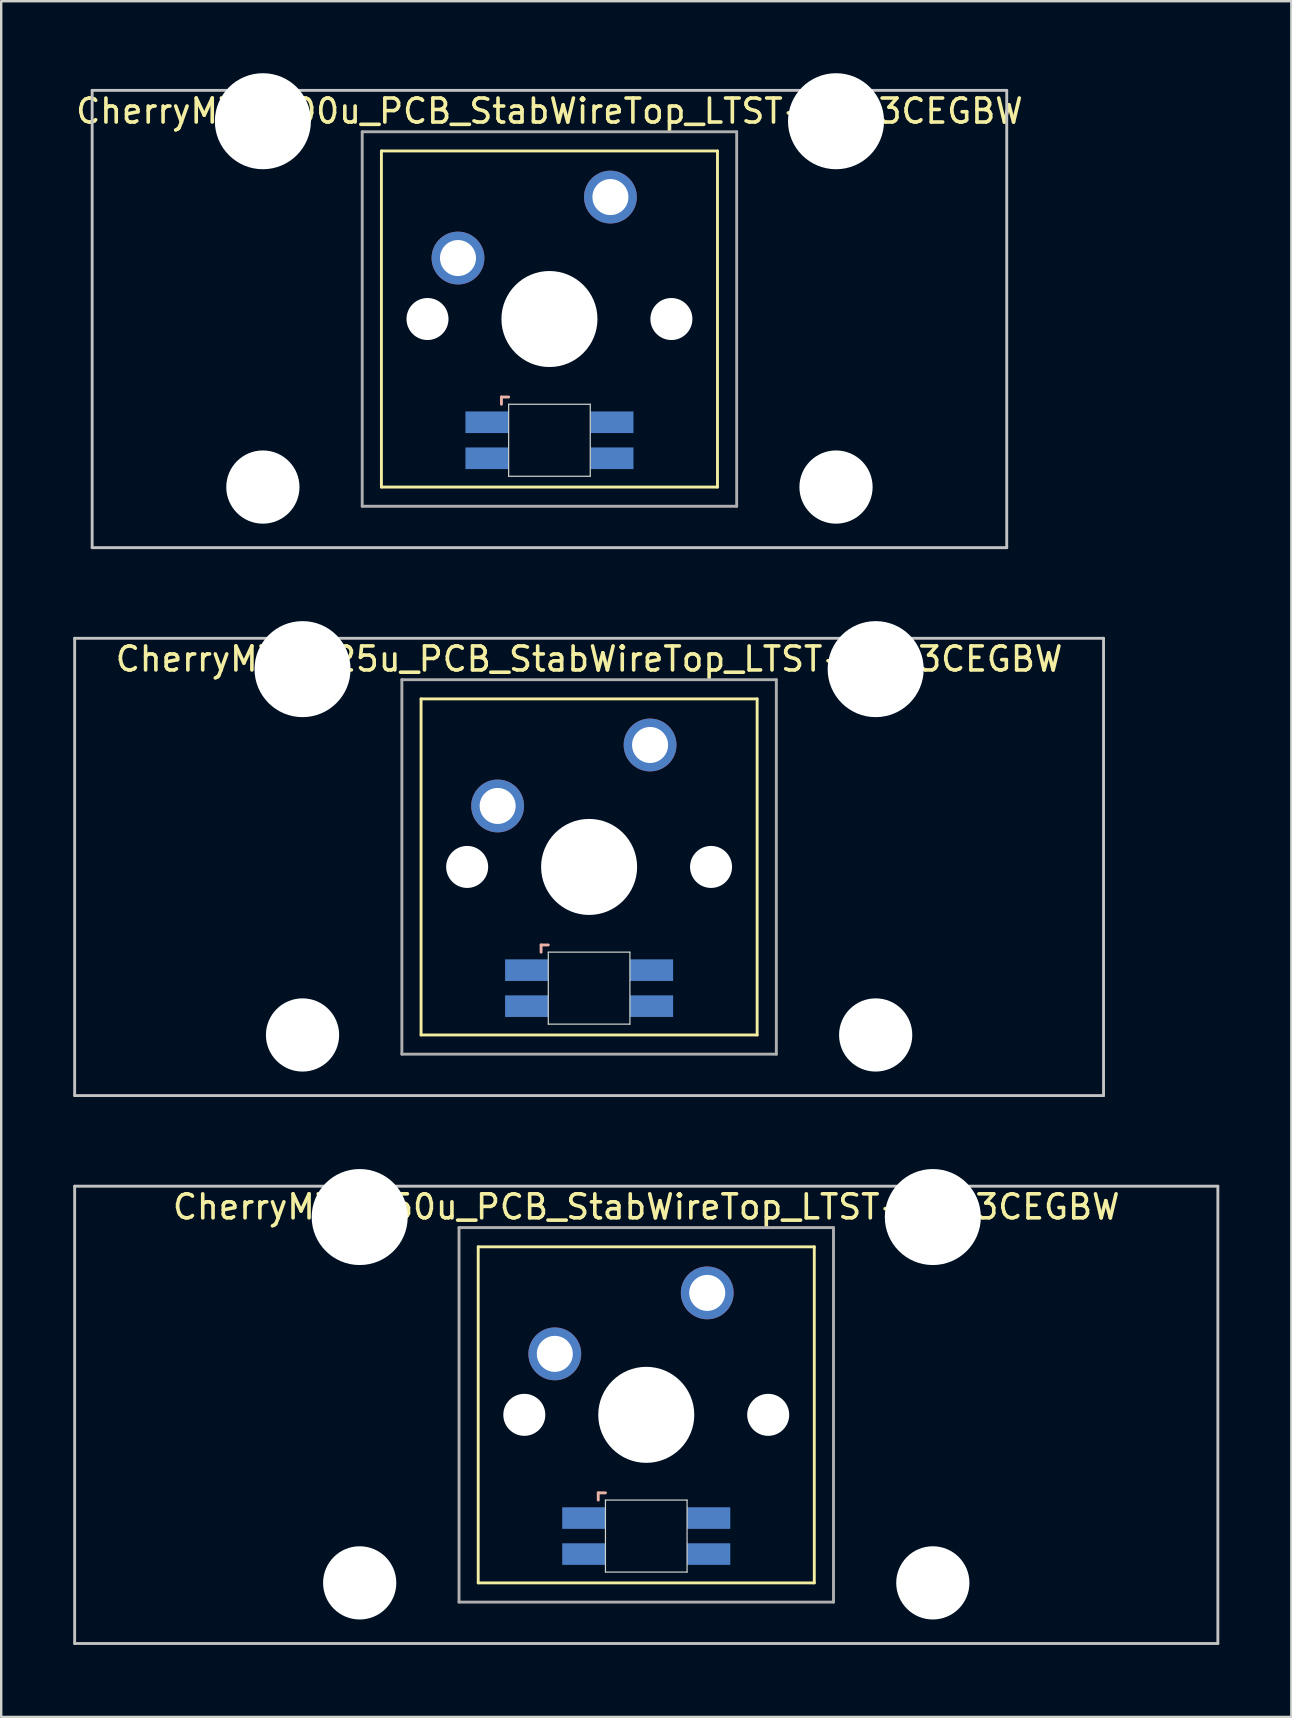
<source format=kicad_pcb>
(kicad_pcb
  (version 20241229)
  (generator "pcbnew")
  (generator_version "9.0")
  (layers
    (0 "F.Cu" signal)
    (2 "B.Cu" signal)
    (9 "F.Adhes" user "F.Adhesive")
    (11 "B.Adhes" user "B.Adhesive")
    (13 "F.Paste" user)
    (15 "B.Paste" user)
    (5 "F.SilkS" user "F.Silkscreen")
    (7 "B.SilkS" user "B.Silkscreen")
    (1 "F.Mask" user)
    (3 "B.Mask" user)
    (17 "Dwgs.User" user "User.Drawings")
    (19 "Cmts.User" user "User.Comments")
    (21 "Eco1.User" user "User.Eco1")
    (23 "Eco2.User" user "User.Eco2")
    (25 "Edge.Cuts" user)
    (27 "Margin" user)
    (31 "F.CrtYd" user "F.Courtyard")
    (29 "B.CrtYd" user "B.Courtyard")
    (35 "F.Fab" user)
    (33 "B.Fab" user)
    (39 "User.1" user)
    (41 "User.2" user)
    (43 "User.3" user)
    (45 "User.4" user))
  (footprint "CherryMX_2.25u_PCB_StabWireTop_LTST-A683CEGBW"
    (layer "F.Cu")
    (at 21.491 33.065)
    (property "Reference" "CherryMX_2.25u_PCB_StabWireTop_LTST-A683CEGBW" (at 0 -8.662 0) (layer "F.SilkS") (effects (font (size 1 1) (thickness 0.15))))
    (attr through_hole)
    (fp_line (start -7 -7) (end -7 7) (stroke (width 0.12) (type solid)) (layer "F.SilkS"))
    (fp_line (start -7 -7) (end 7 -7) (stroke (width 0.12) (type solid)) (layer "F.SilkS"))
    (fp_line (start 7 -7) (end 7 7) (stroke (width 0.12) (type solid)) (layer "F.SilkS"))
    (fp_line (start 7 7) (end -7 7) (stroke (width 0.12) (type solid)) (layer "F.SilkS"))
    (fp_line (start -2 3.25) (end -2 3.55) (stroke (width 0.12) (type solid)) (layer "B.SilkS"))
    (fp_line (start -1.7 3.25) (end -2 3.25) (stroke (width 0.12) (type solid)) (layer "B.SilkS"))
    (fp_line (start -21.431 -9.525) (end 21.431 -9.525) (stroke (width 0.12) (type solid)) (layer "Dwgs.User"))
    (fp_line (start -21.431 9.525) (end -21.431 -9.525) (stroke (width 0.12) (type solid)) (layer "Dwgs.User"))
    (fp_line (start 21.431 -9.525) (end 21.431 9.525) (stroke (width 0.12) (type solid)) (layer "Dwgs.User"))
    (fp_line (start 21.431 9.525) (end -21.431 9.525) (stroke (width 0.12) (type solid)) (layer "Dwgs.User"))
    (fp_line (start -1.7 3.55) (end 1.7 3.55) (stroke (width 0.05) (type solid)) (layer "Edge.Cuts"))
    (fp_line (start -1.7 6.55) (end -1.7 3.55) (stroke (width 0.05) (type solid)) (layer "Edge.Cuts"))
    (fp_line (start 1.7 3.55) (end 1.7 6.55) (stroke (width 0.05) (type solid)) (layer "Edge.Cuts"))
    (fp_line (start 1.7 6.55) (end -1.7 6.55) (stroke (width 0.05) (type solid)) (layer "Edge.Cuts"))
    (fp_line (start -7.8 -7.8) (end -7.8 7.8) (stroke (width 0.12) (type solid)) (layer "F.Fab"))
    (fp_line (start -7.8 -7.8) (end 7.8 -7.8) (stroke (width 0.12) (type solid)) (layer "F.Fab"))
    (fp_line (start -7.8 7.8) (end 7.8 7.8) (stroke (width 0.12) (type solid)) (layer "F.Fab"))
    (fp_line (start 7.8 -7.8) (end 7.8 7.8) (stroke (width 0.12) (type solid)) (layer "F.Fab"))
    (pad "" np_thru_hole circle (at -11.938 -8.24) (size 4 4) (drill 4) (layers "*.Cu" "*.Mask"))
    (pad "" np_thru_hole circle (at -11.938 7) (size 3.05 3.05) (drill 3.05) (layers "*.Cu" "*.Mask"))
    (pad "" np_thru_hole circle (at -5.08 0) (size 1.75 1.75) (drill 1.75) (layers "*.Cu" "*.Mask"))
    (pad "" np_thru_hole circle (at 0 0) (size 4 4) (drill 4) (layers "*.Cu" "*.Mask"))
    (pad "" np_thru_hole circle (at 5.08 0) (size 1.75 1.75) (drill 1.75) (layers "*.Cu" "*.Mask"))
    (pad "" np_thru_hole circle (at 11.938 -8.24) (size 4 4) (drill 4) (layers "*.Cu" "*.Mask"))
    (pad "" np_thru_hole circle (at 11.938 7) (size 3.05 3.05) (drill 3.05) (layers "*.Cu" "*.Mask"))
    (pad "1" thru_hole circle (at -3.81 -2.54) (size 2.2 2.2) (drill 1.5) (layers "*.Cu" "*.Mask"))
    (pad "2" thru_hole circle (at 2.54 -5.08) (size 2.2 2.2) (drill 1.5) (layers "*.Cu" "*.Mask"))
    (pad "3" smd rect (at -2.6 4.3) (size 1.8 0.9) (layers "B.Cu" "B.Mask" "B.Paste"))
    (pad "4" smd rect (at -2.6 5.8) (size 1.8 0.9) (layers "B.Cu" "B.Mask" "B.Paste"))
    (pad "5" smd rect (at 2.6 4.3) (size 1.8 0.9) (layers "B.Cu" "B.Mask" "B.Paste"))
    (pad "6" smd rect (at 2.6 5.8) (size 1.8 0.9) (layers "B.Cu" "B.Mask" "B.Paste")))
  (footprint "CherryMX_2.00u_PCB_StabWireTop_LTST-A683CEGBW"
    (layer "F.Cu")
    (at 19.839 10.24)
    (property "Reference" "CherryMX_2.00u_PCB_StabWireTop_LTST-A683CEGBW" (at 0 -8.662 0) (layer "F.SilkS") (effects (font (size 1 1) (thickness 0.15))))
    (attr through_hole)
    (fp_line (start -7 -7) (end -7 7) (stroke (width 0.12) (type solid)) (layer "F.SilkS"))
    (fp_line (start -7 -7) (end 7 -7) (stroke (width 0.12) (type solid)) (layer "F.SilkS"))
    (fp_line (start 7 -7) (end 7 7) (stroke (width 0.12) (type solid)) (layer "F.SilkS"))
    (fp_line (start 7 7) (end -7 7) (stroke (width 0.12) (type solid)) (layer "F.SilkS"))
    (fp_line (start -2 3.25) (end -2 3.55) (stroke (width 0.12) (type solid)) (layer "B.SilkS"))
    (fp_line (start -1.7 3.25) (end -2 3.25) (stroke (width 0.12) (type solid)) (layer "B.SilkS"))
    (fp_line (start -19.05 -9.525) (end 19.05 -9.525) (stroke (width 0.12) (type solid)) (layer "Dwgs.User"))
    (fp_line (start -19.05 9.525) (end -19.05 -9.525) (stroke (width 0.12) (type solid)) (layer "Dwgs.User"))
    (fp_line (start 19.05 -9.525) (end 19.05 9.525) (stroke (width 0.12) (type solid)) (layer "Dwgs.User"))
    (fp_line (start 19.05 9.525) (end -19.05 9.525) (stroke (width 0.12) (type solid)) (layer "Dwgs.User"))
    (fp_line (start -1.7 3.55) (end 1.7 3.55) (stroke (width 0.05) (type solid)) (layer "Edge.Cuts"))
    (fp_line (start -1.7 6.55) (end -1.7 3.55) (stroke (width 0.05) (type solid)) (layer "Edge.Cuts"))
    (fp_line (start 1.7 3.55) (end 1.7 6.55) (stroke (width 0.05) (type solid)) (layer "Edge.Cuts"))
    (fp_line (start 1.7 6.55) (end -1.7 6.55) (stroke (width 0.05) (type solid)) (layer "Edge.Cuts"))
    (fp_line (start -7.8 -7.8) (end -7.8 7.8) (stroke (width 0.12) (type solid)) (layer "F.Fab"))
    (fp_line (start -7.8 -7.8) (end 7.8 -7.8) (stroke (width 0.12) (type solid)) (layer "F.Fab"))
    (fp_line (start -7.8 7.8) (end 7.8 7.8) (stroke (width 0.12) (type solid)) (layer "F.Fab"))
    (fp_line (start 7.8 -7.8) (end 7.8 7.8) (stroke (width 0.12) (type solid)) (layer "F.Fab"))
    (pad "" np_thru_hole circle (at -11.938 -8.24) (size 4 4) (drill 4) (layers "*.Cu" "*.Mask"))
    (pad "" np_thru_hole circle (at -11.938 7) (size 3.05 3.05) (drill 3.05) (layers "*.Cu" "*.Mask"))
    (pad "" np_thru_hole circle (at -5.08 0) (size 1.75 1.75) (drill 1.75) (layers "*.Cu" "*.Mask"))
    (pad "" np_thru_hole circle (at 0 0) (size 4 4) (drill 4) (layers "*.Cu" "*.Mask"))
    (pad "" np_thru_hole circle (at 5.08 0) (size 1.75 1.75) (drill 1.75) (layers "*.Cu" "*.Mask"))
    (pad "" np_thru_hole circle (at 11.938 -8.24) (size 4 4) (drill 4) (layers "*.Cu" "*.Mask"))
    (pad "" np_thru_hole circle (at 11.938 7) (size 3.05 3.05) (drill 3.05) (layers "*.Cu" "*.Mask"))
    (pad "1" thru_hole circle (at -3.81 -2.54) (size 2.2 2.2) (drill 1.5) (layers "*.Cu" "*.Mask"))
    (pad "2" thru_hole circle (at 2.54 -5.08) (size 2.2 2.2) (drill 1.5) (layers "*.Cu" "*.Mask"))
    (pad "3" smd rect (at -2.6 4.3) (size 1.8 0.9) (layers "B.Cu" "B.Mask" "B.Paste"))
    (pad "4" smd rect (at -2.6 5.8) (size 1.8 0.9) (layers "B.Cu" "B.Mask" "B.Paste"))
    (pad "5" smd rect (at 2.6 4.3) (size 1.8 0.9) (layers "B.Cu" "B.Mask" "B.Paste"))
    (pad "6" smd rect (at 2.6 5.8) (size 1.8 0.9) (layers "B.Cu" "B.Mask" "B.Paste")))
  (footprint "CherryMX_2.50u_PCB_StabWireTop_LTST-A683CEGBW"
    (layer "F.Cu")
    (at 23.872 55.89)
    (property "Reference" "CherryMX_2.50u_PCB_StabWireTop_LTST-A683CEGBW" (at 0 -8.662 0) (layer "F.SilkS") (effects (font (size 1 1) (thickness 0.15))))
    (attr through_hole)
    (fp_line (start -7 -7) (end -7 7) (stroke (width 0.12) (type solid)) (layer "F.SilkS"))
    (fp_line (start -7 -7) (end 7 -7) (stroke (width 0.12) (type solid)) (layer "F.SilkS"))
    (fp_line (start 7 -7) (end 7 7) (stroke (width 0.12) (type solid)) (layer "F.SilkS"))
    (fp_line (start 7 7) (end -7 7) (stroke (width 0.12) (type solid)) (layer "F.SilkS"))
    (fp_line (start -2 3.25) (end -2 3.55) (stroke (width 0.12) (type solid)) (layer "B.SilkS"))
    (fp_line (start -1.7 3.25) (end -2 3.25) (stroke (width 0.12) (type solid)) (layer "B.SilkS"))
    (fp_line (start -23.812 -9.525) (end 23.812 -9.525) (stroke (width 0.12) (type solid)) (layer "Dwgs.User"))
    (fp_line (start -23.812 9.525) (end -23.812 -9.525) (stroke (width 0.12) (type solid)) (layer "Dwgs.User"))
    (fp_line (start 23.812 -9.525) (end 23.812 9.525) (stroke (width 0.12) (type solid)) (layer "Dwgs.User"))
    (fp_line (start 23.812 9.525) (end -23.812 9.525) (stroke (width 0.12) (type solid)) (layer "Dwgs.User"))
    (fp_line (start -1.7 3.55) (end 1.7 3.55) (stroke (width 0.05) (type solid)) (layer "Edge.Cuts"))
    (fp_line (start -1.7 6.55) (end -1.7 3.55) (stroke (width 0.05) (type solid)) (layer "Edge.Cuts"))
    (fp_line (start 1.7 3.55) (end 1.7 6.55) (stroke (width 0.05) (type solid)) (layer "Edge.Cuts"))
    (fp_line (start 1.7 6.55) (end -1.7 6.55) (stroke (width 0.05) (type solid)) (layer "Edge.Cuts"))
    (fp_line (start -7.8 -7.8) (end -7.8 7.8) (stroke (width 0.12) (type solid)) (layer "F.Fab"))
    (fp_line (start -7.8 -7.8) (end 7.8 -7.8) (stroke (width 0.12) (type solid)) (layer "F.Fab"))
    (fp_line (start -7.8 7.8) (end 7.8 7.8) (stroke (width 0.12) (type solid)) (layer "F.Fab"))
    (fp_line (start 7.8 -7.8) (end 7.8 7.8) (stroke (width 0.12) (type solid)) (layer "F.Fab"))
    (pad "" np_thru_hole circle (at -11.938 -8.24) (size 4 4) (drill 4) (layers "*.Cu" "*.Mask"))
    (pad "" np_thru_hole circle (at -11.938 7) (size 3.05 3.05) (drill 3.05) (layers "*.Cu" "*.Mask"))
    (pad "" np_thru_hole circle (at -5.08 0) (size 1.75 1.75) (drill 1.75) (layers "*.Cu" "*.Mask"))
    (pad "" np_thru_hole circle (at 0 0) (size 4 4) (drill 4) (layers "*.Cu" "*.Mask"))
    (pad "" np_thru_hole circle (at 5.08 0) (size 1.75 1.75) (drill 1.75) (layers "*.Cu" "*.Mask"))
    (pad "" np_thru_hole circle (at 11.938 -8.24) (size 4 4) (drill 4) (layers "*.Cu" "*.Mask"))
    (pad "" np_thru_hole circle (at 11.938 7) (size 3.05 3.05) (drill 3.05) (layers "*.Cu" "*.Mask"))
    (pad "1" thru_hole circle (at -3.81 -2.54) (size 2.2 2.2) (drill 1.5) (layers "*.Cu" "*.Mask"))
    (pad "2" thru_hole circle (at 2.54 -5.08) (size 2.2 2.2) (drill 1.5) (layers "*.Cu" "*.Mask"))
    (pad "3" smd rect (at -2.6 4.3) (size 1.8 0.9) (layers "B.Cu" "B.Mask" "B.Paste"))
    (pad "4" smd rect (at -2.6 5.8) (size 1.8 0.9) (layers "B.Cu" "B.Mask" "B.Paste"))
    (pad "5" smd rect (at 2.6 4.3) (size 1.8 0.9) (layers "B.Cu" "B.Mask" "B.Paste"))
    (pad "6" smd rect (at 2.6 5.8) (size 1.8 0.9) (layers "B.Cu" "B.Mask" "B.Paste")))
  (gr_rect
    (start -3 -3)
    (end 50.745 68.475)
    (stroke (width 0.1) (type default))
    (fill no)
    (layer "Edge.Cuts")))
</source>
